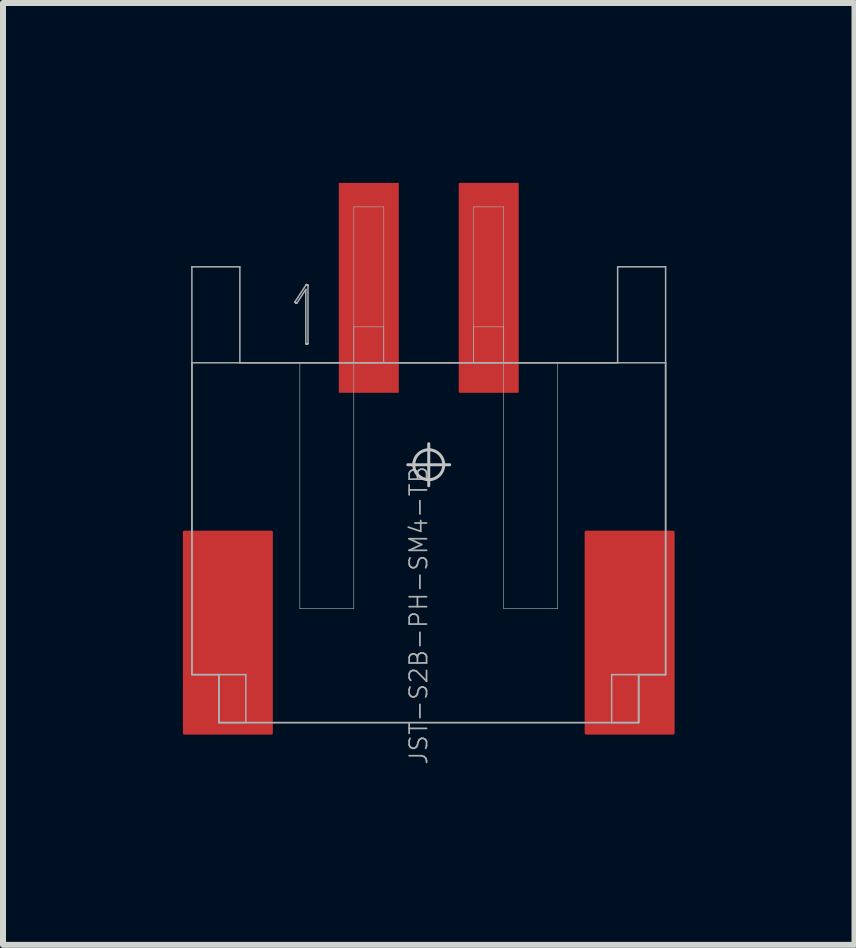
<source format=kicad_pcb>
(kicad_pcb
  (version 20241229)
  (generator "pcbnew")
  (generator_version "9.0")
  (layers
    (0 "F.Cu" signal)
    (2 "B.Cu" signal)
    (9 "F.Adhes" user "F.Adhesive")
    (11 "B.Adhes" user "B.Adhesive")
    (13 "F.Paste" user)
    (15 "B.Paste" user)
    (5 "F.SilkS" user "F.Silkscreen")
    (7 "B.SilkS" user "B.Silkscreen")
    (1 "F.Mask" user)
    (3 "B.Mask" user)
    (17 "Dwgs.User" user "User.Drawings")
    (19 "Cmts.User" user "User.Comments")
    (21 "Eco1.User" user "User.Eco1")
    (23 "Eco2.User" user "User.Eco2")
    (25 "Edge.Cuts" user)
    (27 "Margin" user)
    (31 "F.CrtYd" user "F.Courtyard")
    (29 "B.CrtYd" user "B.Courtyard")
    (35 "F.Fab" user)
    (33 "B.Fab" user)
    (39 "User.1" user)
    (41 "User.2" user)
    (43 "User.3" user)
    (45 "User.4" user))
  (footprint "JST-S2B-PH-SM4-TB"
    (layer "F.Cu")
    (at 4.1 4.7)
    (property "Reference" "JST-S2B-PH-SM4-TB" (at 0 0 270) (layer "F.Fab") (effects (font (size 0.29 0.29) (thickness 0.029)) (justify right bottom)))
    (attr through_hole)
    (fp_line (start 0 0.35) (end 0 -0.35) (stroke (width 0.05) (type solid)) (layer "Dwgs.User"))
    (fp_line (start 0.35 0) (end -0.35 0) (stroke (width 0.05) (type solid)) (layer "Dwgs.User"))
    (fp_circle (center 0 0) (end 0.25 0) (stroke (width 0.05) (type solid)) (fill no) (layer "Dwgs.User"))
    (fp_line (start -3.95 -3.3) (end -3.15 -3.3) (stroke (width 0.025) (type solid)) (layer "F.Fab"))
    (fp_line (start -3.95 -1.7) (end 3.95 -1.7) (stroke (width 0.025) (type solid)) (layer "F.Fab"))
    (fp_line (start -3.95 3.5) (end -3.95 -3.3) (stroke (width 0.025) (type solid)) (layer "F.Fab"))
    (fp_line (start -3.95 3.5) (end -3.95 -1.7) (stroke (width 0.025) (type solid)) (layer "F.Fab"))
    (fp_line (start -3.5 3.5) (end -3.95 3.5) (stroke (width 0.025) (type solid)) (layer "F.Fab"))
    (fp_line (start -3.5 3.5) (end -3.95 3.5) (stroke (width 0.025) (type solid)) (layer "F.Fab"))
    (fp_line (start -3.5 3.5) (end -3.5 4.3) (stroke (width 0.025) (type solid)) (layer "F.Fab"))
    (fp_line (start -3.5 4.3) (end -3.5 3.5) (stroke (width 0.025) (type solid)) (layer "F.Fab"))
    (fp_line (start -3.5 4.3) (end -3.5 3.5) (stroke (width 0.025) (type solid)) (layer "F.Fab"))
    (fp_line (start -3.5 4.3) (end -3.05 4.3) (stroke (width 0.025) (type solid)) (layer "F.Fab"))
    (fp_line (start -3.15 -3.3) (end -3.15 -1.7) (stroke (width 0.025) (type solid)) (layer "F.Fab"))
    (fp_line (start -3.15 -1.7) (end 3.15 -1.7) (stroke (width 0.025) (type solid)) (layer "F.Fab"))
    (fp_line (start -3.05 3.5) (end -3.5 3.5) (stroke (width 0.025) (type solid)) (layer "F.Fab"))
    (fp_line (start -3.05 4.3) (end -3.05 3.5) (stroke (width 0.025) (type solid)) (layer "F.Fab"))
    (fp_line (start -2.228 -2.717) (end -2.228 -2.71) (stroke (width 0.025) (type solid)) (layer "F.Fab"))
    (fp_line (start -2.228 -2.71) (end -2.225 -2.704) (stroke (width 0.025) (type solid)) (layer "F.Fab"))
    (fp_line (start -2.226 -2.724) (end -2.228 -2.717) (stroke (width 0.025) (type solid)) (layer "F.Fab"))
    (fp_line (start -2.225 -2.704) (end -2.22 -2.699) (stroke (width 0.025) (type solid)) (layer "F.Fab"))
    (fp_line (start -2.22 -2.699) (end -2.214 -2.695) (stroke (width 0.025) (type solid)) (layer "F.Fab"))
    (fp_line (start -2.214 -2.695) (end -2.208 -2.693) (stroke (width 0.025) (type solid)) (layer "F.Fab"))
    (fp_line (start -2.208 -2.693) (end -2.202 -2.694) (stroke (width 0.025) (type solid)) (layer "F.Fab"))
    (fp_line (start -2.202 -2.694) (end -2.197 -2.699) (stroke (width 0.025) (type solid)) (layer "F.Fab"))
    (fp_line (start -2.197 -2.699) (end -2.05 -2.924) (stroke (width 0.025) (type solid)) (layer "F.Fab"))
    (fp_line (start -2.15 -1.7) (end -2.15 2.4) (stroke (width 0.01) (type solid)) (layer "F.Fab"))
    (fp_line (start -2.15 2.4) (end -1.25 2.4) (stroke (width 0.01) (type solid)) (layer "F.Fab"))
    (fp_line (start -2.05 -2.924) (end -2.05 -2.026) (stroke (width 0.025) (type solid)) (layer "F.Fab"))
    (fp_line (start -2.05 -2.026) (end -2.049 -2.019) (stroke (width 0.025) (type solid)) (layer "F.Fab"))
    (fp_line (start -2.049 -2.019) (end -2.044 -2.013) (stroke (width 0.025) (type solid)) (layer "F.Fab"))
    (fp_line (start -2.047 -2.998) (end -2.226 -2.724) (stroke (width 0.025) (type solid)) (layer "F.Fab"))
    (fp_line (start -2.044 -2.013) (end -2.038 -2.01) (stroke (width 0.025) (type solid)) (layer "F.Fab"))
    (fp_line (start -2.043 -3.002) (end -2.047 -2.998) (stroke (width 0.025) (type solid)) (layer "F.Fab"))
    (fp_line (start -2.039 -3.004) (end -2.043 -3.002) (stroke (width 0.025) (type solid)) (layer "F.Fab"))
    (fp_line (start -2.038 -2.01) (end -2.033 -2.009) (stroke (width 0.025) (type solid)) (layer "F.Fab"))
    (fp_line (start -2.035 -3.004) (end -2.039 -3.004) (stroke (width 0.025) (type solid)) (layer "F.Fab"))
    (fp_line (start -2.033 -2.009) (end -2.026 -2.01) (stroke (width 0.025) (type solid)) (layer "F.Fab"))
    (fp_line (start -2.03 -3.002) (end -2.035 -3.004) (stroke (width 0.025) (type solid)) (layer "F.Fab"))
    (fp_line (start -2.026 -2.01) (end -2.02 -2.013) (stroke (width 0.025) (type solid)) (layer "F.Fab"))
    (fp_line (start -2.023 -3.001) (end -2.03 -3.002) (stroke (width 0.025) (type solid)) (layer "F.Fab"))
    (fp_line (start -2.02 -2.013) (end -2.015 -2.019) (stroke (width 0.025) (type solid)) (layer "F.Fab"))
    (fp_line (start -2.018 -2.998) (end -2.023 -3.001) (stroke (width 0.025) (type solid)) (layer "F.Fab"))
    (fp_line (start -2.015 -2.993) (end -2.018 -2.998) (stroke (width 0.025) (type solid)) (layer "F.Fab"))
    (fp_line (start -2.015 -2.019) (end -2.014 -2.026) (stroke (width 0.025) (type solid)) (layer "F.Fab"))
    (fp_line (start -2.014 -2.986) (end -2.015 -2.993) (stroke (width 0.025) (type solid)) (layer "F.Fab"))
    (fp_line (start -2.014 -2.026) (end -2.014 -2.986) (stroke (width 0.025) (type solid)) (layer "F.Fab"))
    (fp_line (start -1.25 -4.3) (end -1.25 -1.7) (stroke (width 0.01) (type solid)) (layer "F.Fab"))
    (fp_line (start -1.25 -2.3) (end -1.25 -1.7) (stroke (width 0.01) (type solid)) (layer "F.Fab"))
    (fp_line (start -1.25 -1.7) (end -2.15 -1.7) (stroke (width 0.01) (type solid)) (layer "F.Fab"))
    (fp_line (start -1.25 -1.7) (end -0.75 -1.7) (stroke (width 0.01) (type solid)) (layer "F.Fab"))
    (fp_line (start -1.25 -1.7) (end -0.75 -1.7) (stroke (width 0.01) (type solid)) (layer "F.Fab"))
    (fp_line (start -1.25 2.4) (end -1.25 -1.7) (stroke (width 0.01) (type solid)) (layer "F.Fab"))
    (fp_line (start -0.75 -4.3) (end -1.25 -4.3) (stroke (width 0.01) (type solid)) (layer "F.Fab"))
    (fp_line (start -0.75 -2.3) (end -1.25 -2.3) (stroke (width 0.01) (type solid)) (layer "F.Fab"))
    (fp_line (start -0.75 -1.7) (end -0.75 -4.3) (stroke (width 0.01) (type solid)) (layer "F.Fab"))
    (fp_line (start -0.75 -1.7) (end -0.75 -2.3) (stroke (width 0.01) (type solid)) (layer "F.Fab"))
    (fp_line (start 0.75 -4.3) (end 0.75 -1.7) (stroke (width 0.01) (type solid)) (layer "F.Fab"))
    (fp_line (start 0.75 -2.3) (end 0.75 -1.7) (stroke (width 0.01) (type solid)) (layer "F.Fab"))
    (fp_line (start 0.75 -1.7) (end 1.25 -1.7) (stroke (width 0.01) (type solid)) (layer "F.Fab"))
    (fp_line (start 0.75 -1.7) (end 1.25 -1.7) (stroke (width 0.01) (type solid)) (layer "F.Fab"))
    (fp_line (start 1.25 -4.3) (end 0.75 -4.3) (stroke (width 0.01) (type solid)) (layer "F.Fab"))
    (fp_line (start 1.25 -2.3) (end 0.75 -2.3) (stroke (width 0.01) (type solid)) (layer "F.Fab"))
    (fp_line (start 1.25 -1.7) (end 1.25 -4.3) (stroke (width 0.01) (type solid)) (layer "F.Fab"))
    (fp_line (start 1.25 -1.7) (end 1.25 -2.3) (stroke (width 0.01) (type solid)) (layer "F.Fab"))
    (fp_line (start 1.25 -1.7) (end 1.25 2.4) (stroke (width 0.01) (type solid)) (layer "F.Fab"))
    (fp_line (start 1.25 2.4) (end 2.15 2.4) (stroke (width 0.01) (type solid)) (layer "F.Fab"))
    (fp_line (start 2.15 -1.7) (end 1.25 -1.7) (stroke (width 0.01) (type solid)) (layer "F.Fab"))
    (fp_line (start 2.15 2.4) (end 2.15 -1.7) (stroke (width 0.01) (type solid)) (layer "F.Fab"))
    (fp_line (start 3.05 3.5) (end 3.05 4.3) (stroke (width 0.025) (type solid)) (layer "F.Fab"))
    (fp_line (start 3.05 4.3) (end 3.5 4.3) (stroke (width 0.025) (type solid)) (layer "F.Fab"))
    (fp_line (start 3.15 -3.3) (end 3.95 -3.3) (stroke (width 0.025) (type solid)) (layer "F.Fab"))
    (fp_line (start 3.15 -1.7) (end 3.15 -3.3) (stroke (width 0.025) (type solid)) (layer "F.Fab"))
    (fp_line (start 3.5 3.5) (end 3.05 3.5) (stroke (width 0.025) (type solid)) (layer "F.Fab"))
    (fp_line (start 3.5 3.5) (end 3.5 4.3) (stroke (width 0.025) (type solid)) (layer "F.Fab"))
    (fp_line (start 3.5 3.5) (end 3.5 4.3) (stroke (width 0.025) (type solid)) (layer "F.Fab"))
    (fp_line (start 3.5 4.3) (end -3.5 4.3) (stroke (width 0.025) (type solid)) (layer "F.Fab"))
    (fp_line (start 3.5 4.3) (end -3.5 4.3) (stroke (width 0.025) (type solid)) (layer "F.Fab"))
    (fp_line (start 3.5 4.3) (end 3.5 3.5) (stroke (width 0.025) (type solid)) (layer "F.Fab"))
    (fp_line (start 3.95 -3.3) (end 3.95 3.5) (stroke (width 0.025) (type solid)) (layer "F.Fab"))
    (fp_line (start 3.95 -1.7) (end 3.95 3.5) (stroke (width 0.025) (type solid)) (layer "F.Fab"))
    (fp_line (start 3.95 3.5) (end 3.5 3.5) (stroke (width 0.025) (type solid)) (layer "F.Fab"))
    (fp_line (start 3.95 3.5) (end 3.5 3.5) (stroke (width 0.025) (type solid)) (layer "F.Fab"))
    (pad "1" smd rect (at -1 -2.95) (size 1 3.5) (layers "F.Cu" "F.Mask" "F.Paste"))
    (pad "2" smd roundrect (at 1 -2.95) (size 1 3.5) (layers "F.Cu" "F.Mask" "F.Paste") (roundrect_rratio 0.015))
    (pad "3" smd roundrect (at 3.35 2.8) (size 1.5 3.4) (layers "F.Cu" "F.Mask" "F.Paste") (roundrect_rratio 0.015))
    (pad "4" smd roundrect (at -3.35 2.8) (size 1.5 3.4) (layers "F.Cu" "F.Mask" "F.Paste") (roundrect_rratio 0.015)))
  (gr_rect
    (start -3 -3)
    (end 11.2 12.707)
    (stroke (width 0.1) (type default))
    (fill no)
    (layer "Edge.Cuts")))
</source>
